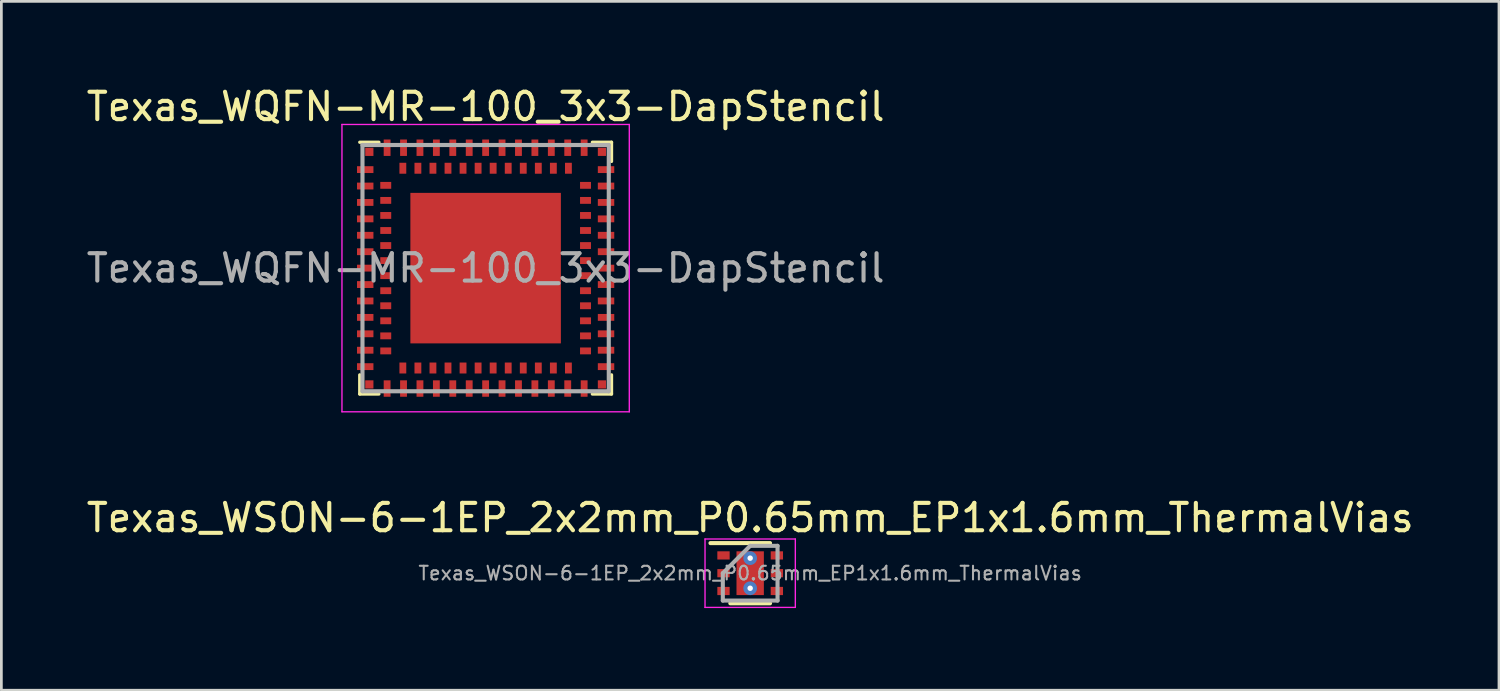
<source format=kicad_pcb>
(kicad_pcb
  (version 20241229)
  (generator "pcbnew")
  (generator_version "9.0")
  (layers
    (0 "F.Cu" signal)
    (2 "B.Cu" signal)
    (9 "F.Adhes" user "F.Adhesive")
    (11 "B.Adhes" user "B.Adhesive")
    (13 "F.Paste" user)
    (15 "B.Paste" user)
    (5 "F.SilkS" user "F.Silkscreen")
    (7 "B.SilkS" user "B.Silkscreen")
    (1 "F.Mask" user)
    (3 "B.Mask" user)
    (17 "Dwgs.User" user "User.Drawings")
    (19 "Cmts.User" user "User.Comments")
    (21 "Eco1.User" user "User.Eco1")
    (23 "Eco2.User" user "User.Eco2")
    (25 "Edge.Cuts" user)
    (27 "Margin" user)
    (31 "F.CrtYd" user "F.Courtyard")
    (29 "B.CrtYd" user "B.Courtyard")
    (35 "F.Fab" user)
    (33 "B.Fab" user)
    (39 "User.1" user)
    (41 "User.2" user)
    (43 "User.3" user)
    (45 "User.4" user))
  (footprint "Texas_WQFN-MR-100_3x3-DapStencil"
    (layer "F.Cu")
    (at 14.696 6.748)
    (property "Reference" "Texas_WQFN-MR-100_3x3-DapStencil" (at 0 -5.9 0) (layer "F.SilkS") (effects (font (size 1 1) (thickness 0.15))))
    (attr smd)
    (fp_line (start -4.6 -4.6) (end -3.9 -4.6) (stroke (width 0.12) (type solid)) (layer "F.SilkS"))
    (fp_line (start -4.6 3.9) (end -4.6 4.6) (stroke (width 0.12) (type solid)) (layer "F.SilkS"))
    (fp_line (start -4.6 4.6) (end -3.9 4.6) (stroke (width 0.12) (type solid)) (layer "F.SilkS"))
    (fp_line (start 4.6 -4.6) (end 3.9 -4.6) (stroke (width 0.12) (type solid)) (layer "F.SilkS"))
    (fp_line (start 4.6 -3.9) (end 4.6 -4.6) (stroke (width 0.12) (type solid)) (layer "F.SilkS"))
    (fp_line (start 4.6 3.9) (end 4.6 4.6) (stroke (width 0.12) (type solid)) (layer "F.SilkS"))
    (fp_line (start 4.6 4.6) (end 3.9 4.6) (stroke (width 0.12) (type solid)) (layer "F.SilkS"))
    (fp_line (start -5.25 -5.25) (end 5.25 -5.25) (stroke (width 0.05) (type solid)) (layer "F.CrtYd"))
    (fp_line (start -5.25 5.25) (end -5.25 -5.25) (stroke (width 0.05) (type solid)) (layer "F.CrtYd"))
    (fp_line (start 5.25 -5.25) (end 5.25 5.25) (stroke (width 0.05) (type solid)) (layer "F.CrtYd"))
    (fp_line (start 5.25 5.25) (end -5.25 5.25) (stroke (width 0.05) (type solid)) (layer "F.CrtYd"))
    (fp_line (start -4.5 -4.5) (end -4.5 4.5) (stroke (width 0.15) (type solid)) (layer "F.Fab"))
    (fp_line (start -4.5 -4.5) (end 4.5 -4.5) (stroke (width 0.15) (type solid)) (layer "F.Fab"))
    (fp_line (start -4.5 4.5) (end 4.5 4.5) (stroke (width 0.15) (type solid)) (layer "F.Fab"))
    (fp_line (start 4.5 -4.5) (end 4.5 4.5) (stroke (width 0.15) (type solid)) (layer "F.Fab"))
    (fp_text user "${REFERENCE}" (at 0 0 0) (layer "F.Fab") (effects (font (size 1 1) (thickness 0.15))))
    (pad "A1" smd rect (at -4.4 -3.6 90) (size 0.25 0.6) (layers "F.Cu" "F.Mask" "F.Paste"))
    (pad "A2" smd rect (at -4.4 -3 90) (size 0.25 0.6) (layers "F.Cu" "F.Mask" "F.Paste"))
    (pad "A3" smd rect (at -4.4 -2.4 90) (size 0.25 0.6) (layers "F.Cu" "F.Mask" "F.Paste"))
    (pad "A4" smd rect (at -4.4 -1.8 90) (size 0.25 0.6) (layers "F.Cu" "F.Mask" "F.Paste"))
    (pad "A5" smd rect (at -4.4 -1.2 90) (size 0.25 0.6) (layers "F.Cu" "F.Mask" "F.Paste"))
    (pad "A6" smd rect (at -4.4 -0.6 90) (size 0.25 0.6) (layers "F.Cu" "F.Mask" "F.Paste"))
    (pad "A7" smd rect (at -4.4 0 90) (size 0.25 0.6) (layers "F.Cu" "F.Mask" "F.Paste"))
    (pad "A8" smd rect (at -4.4 0.6 90) (size 0.25 0.6) (layers "F.Cu" "F.Mask" "F.Paste"))
    (pad "A9" smd rect (at -4.4 1.2 90) (size 0.25 0.6) (layers "F.Cu" "F.Mask" "F.Paste"))
    (pad "A10" smd rect (at -4.4 1.8 90) (size 0.25 0.6) (layers "F.Cu" "F.Mask" "F.Paste"))
    (pad "A11" smd rect (at -4.4 2.4 90) (size 0.25 0.6) (layers "F.Cu" "F.Mask" "F.Paste"))
    (pad "A12" smd rect (at -4.4 3 90) (size 0.25 0.6) (layers "F.Cu" "F.Mask" "F.Paste"))
    (pad "A13" smd rect (at -4.4 3.6 90) (size 0.25 0.6) (layers "F.Cu" "F.Mask" "F.Paste"))
    (pad "A14" smd rect (at -3.6 4.4) (size 0.25 0.6) (layers "F.Cu" "F.Mask" "F.Paste"))
    (pad "A15" smd rect (at -3 4.4) (size 0.25 0.6) (layers "F.Cu" "F.Mask" "F.Paste"))
    (pad "A16" smd rect (at -2.4 4.4) (size 0.25 0.6) (layers "F.Cu" "F.Mask" "F.Paste"))
    (pad "A17" smd rect (at -1.8 4.4) (size 0.25 0.6) (layers "F.Cu" "F.Mask" "F.Paste"))
    (pad "A18" smd rect (at -1.2 4.4) (size 0.25 0.6) (layers "F.Cu" "F.Mask" "F.Paste"))
    (pad "A19" smd rect (at -0.6 4.4) (size 0.25 0.6) (layers "F.Cu" "F.Mask" "F.Paste"))
    (pad "A20" smd rect (at 0 4.4) (size 0.25 0.6) (layers "F.Cu" "F.Mask" "F.Paste"))
    (pad "A21" smd rect (at 0.6 4.4) (size 0.25 0.6) (layers "F.Cu" "F.Mask" "F.Paste"))
    (pad "A22" smd rect (at 1.2 4.4) (size 0.25 0.6) (layers "F.Cu" "F.Mask" "F.Paste"))
    (pad "A23" smd rect (at 1.8 4.4) (size 0.25 0.6) (layers "F.Cu" "F.Mask" "F.Paste"))
    (pad "A24" smd rect (at 2.4 4.4) (size 0.25 0.6) (layers "F.Cu" "F.Mask" "F.Paste"))
    (pad "A25" smd rect (at 3 4.4) (size 0.25 0.6) (layers "F.Cu" "F.Mask" "F.Paste"))
    (pad "A26" smd rect (at 3.6 4.4) (size 0.25 0.6) (layers "F.Cu" "F.Mask" "F.Paste"))
    (pad "A27" smd rect (at 4.4 3.6 90) (size 0.25 0.6) (layers "F.Cu" "F.Mask" "F.Paste"))
    (pad "A28" smd rect (at 4.4 3 90) (size 0.25 0.6) (layers "F.Cu" "F.Mask" "F.Paste"))
    (pad "A29" smd rect (at 4.4 2.4 90) (size 0.25 0.6) (layers "F.Cu" "F.Mask" "F.Paste"))
    (pad "A30" smd rect (at 4.4 1.8 90) (size 0.25 0.6) (layers "F.Cu" "F.Mask" "F.Paste"))
    (pad "A31" smd rect (at 4.4 1.2 90) (size 0.25 0.6) (layers "F.Cu" "F.Mask" "F.Paste"))
    (pad "A32" smd rect (at 4.4 0.6 90) (size 0.25 0.6) (layers "F.Cu" "F.Mask" "F.Paste"))
    (pad "A33" smd rect (at 4.4 0 90) (size 0.25 0.6) (layers "F.Cu" "F.Mask" "F.Paste"))
    (pad "A34" smd rect (at 4.4 -0.6 90) (size 0.25 0.6) (layers "F.Cu" "F.Mask" "F.Paste"))
    (pad "A35" smd rect (at 4.4 -1.2 90) (size 0.25 0.6) (layers "F.Cu" "F.Mask" "F.Paste"))
    (pad "A36" smd rect (at 4.4 -1.8 90) (size 0.25 0.6) (layers "F.Cu" "F.Mask" "F.Paste"))
    (pad "A37" smd rect (at 4.4 -2.4 90) (size 0.25 0.6) (layers "F.Cu" "F.Mask" "F.Paste"))
    (pad "A38" smd rect (at 4.4 -3 90) (size 0.25 0.6) (layers "F.Cu" "F.Mask" "F.Paste"))
    (pad "A39" smd rect (at 4.4 -3.6 90) (size 0.25 0.6) (layers "F.Cu" "F.Mask" "F.Paste"))
    (pad "A40" smd rect (at 3.6 -4.4) (size 0.25 0.6) (layers "F.Cu" "F.Mask" "F.Paste"))
    (pad "A41" smd rect (at 3 -4.4) (size 0.25 0.6) (layers "F.Cu" "F.Mask" "F.Paste"))
    (pad "A42" smd rect (at 2.4 -4.4) (size 0.25 0.6) (layers "F.Cu" "F.Mask" "F.Paste"))
    (pad "A43" smd rect (at 1.8 -4.4) (size 0.25 0.6) (layers "F.Cu" "F.Mask" "F.Paste"))
    (pad "A44" smd rect (at 1.2 -4.4) (size 0.25 0.6) (layers "F.Cu" "F.Mask" "F.Paste"))
    (pad "A45" smd rect (at 0.6 -4.4) (size 0.25 0.6) (layers "F.Cu" "F.Mask" "F.Paste"))
    (pad "A46" smd rect (at 0 -4.4) (size 0.25 0.6) (layers "F.Cu" "F.Mask" "F.Paste"))
    (pad "A47" smd rect (at -0.6 -4.4) (size 0.25 0.6) (layers "F.Cu" "F.Mask" "F.Paste"))
    (pad "A48" smd rect (at -1.2 -4.4) (size 0.25 0.6) (layers "F.Cu" "F.Mask" "F.Paste"))
    (pad "A49" smd rect (at -1.8 -4.4) (size 0.25 0.6) (layers "F.Cu" "F.Mask" "F.Paste"))
    (pad "A50" smd rect (at -2.4 -4.4) (size 0.25 0.6) (layers "F.Cu" "F.Mask" "F.Paste"))
    (pad "A51" smd rect (at -3 -4.4) (size 0.25 0.6) (layers "F.Cu" "F.Mask" "F.Paste"))
    (pad "A52" smd rect (at -3.6 -4.4) (size 0.25 0.6) (layers "F.Cu" "F.Mask" "F.Paste"))
    (pad "A53" smd rect (at 0 0) (size 5.5 5.5) (layers "F.Cu" "F.Mask" "F.Paste"))
    (pad "B1" smd rect (at -3.65 -3.025 90) (size 0.25 0.4) (layers "F.Cu" "F.Mask" "F.Paste"))
    (pad "B2" smd rect (at -3.65 -2.475 90) (size 0.25 0.4) (layers "F.Cu" "F.Mask" "F.Paste"))
    (pad "B3" smd rect (at -3.65 -1.925 90) (size 0.25 0.4) (layers "F.Cu" "F.Mask" "F.Paste"))
    (pad "B4" smd rect (at -3.65 -1.375 90) (size 0.25 0.4) (layers "F.Cu" "F.Mask" "F.Paste"))
    (pad "B5" smd rect (at -3.65 -0.825 90) (size 0.25 0.4) (layers "F.Cu" "F.Mask" "F.Paste"))
    (pad "B6" smd rect (at -3.65 -0.275 90) (size 0.25 0.4) (layers "F.Cu" "F.Mask" "F.Paste"))
    (pad "B7" smd rect (at -3.65 0.275 90) (size 0.25 0.4) (layers "F.Cu" "F.Mask" "F.Paste"))
    (pad "B8" smd rect (at -3.65 0.825 90) (size 0.25 0.4) (layers "F.Cu" "F.Mask" "F.Paste"))
    (pad "B9" smd rect (at -3.65 1.375 90) (size 0.25 0.4) (layers "F.Cu" "F.Mask" "F.Paste"))
    (pad "B10" smd rect (at -3.65 1.925 90) (size 0.25 0.4) (layers "F.Cu" "F.Mask" "F.Paste"))
    (pad "B11" smd rect (at -3.65 2.475 90) (size 0.25 0.4) (layers "F.Cu" "F.Mask" "F.Paste"))
    (pad "B12" smd rect (at -3.65 3.025 90) (size 0.25 0.4) (layers "F.Cu" "F.Mask" "F.Paste"))
    (pad "B13" smd rect (at -3.025 3.65) (size 0.25 0.4) (layers "F.Cu" "F.Mask" "F.Paste"))
    (pad "B14" smd rect (at -2.475 3.65) (size 0.25 0.4) (layers "F.Cu" "F.Mask" "F.Paste"))
    (pad "B15" smd rect (at -1.925 3.65) (size 0.25 0.4) (layers "F.Cu" "F.Mask" "F.Paste"))
    (pad "B16" smd rect (at -1.375 3.65) (size 0.25 0.4) (layers "F.Cu" "F.Mask" "F.Paste"))
    (pad "B17" smd rect (at -0.825 3.65) (size 0.25 0.4) (layers "F.Cu" "F.Mask" "F.Paste"))
    (pad "B18" smd rect (at -0.275 3.65) (size 0.25 0.4) (layers "F.Cu" "F.Mask" "F.Paste"))
    (pad "B19" smd rect (at 0.275 3.65) (size 0.25 0.4) (layers "F.Cu" "F.Mask" "F.Paste"))
    (pad "B20" smd rect (at 0.825 3.65) (size 0.25 0.4) (layers "F.Cu" "F.Mask" "F.Paste"))
    (pad "B21" smd rect (at 1.375 3.65) (size 0.25 0.4) (layers "F.Cu" "F.Mask" "F.Paste"))
    (pad "B22" smd rect (at 1.925 3.65) (size 0.25 0.4) (layers "F.Cu" "F.Mask" "F.Paste"))
    (pad "B23" smd rect (at 2.475 3.65) (size 0.25 0.4) (layers "F.Cu" "F.Mask" "F.Paste"))
    (pad "B24" smd rect (at 3.025 3.65) (size 0.25 0.4) (layers "F.Cu" "F.Mask" "F.Paste"))
    (pad "B25" smd rect (at 3.65 3.025 90) (size 0.25 0.4) (layers "F.Cu" "F.Mask" "F.Paste"))
    (pad "B26" smd rect (at 3.65 2.475 90) (size 0.25 0.4) (layers "F.Cu" "F.Mask" "F.Paste"))
    (pad "B27" smd rect (at 3.65 1.925 90) (size 0.25 0.4) (layers "F.Cu" "F.Mask" "F.Paste"))
    (pad "B28" smd rect (at 3.65 1.375 90) (size 0.25 0.4) (layers "F.Cu" "F.Mask" "F.Paste"))
    (pad "B29" smd rect (at 3.65 0.825 90) (size 0.25 0.4) (layers "F.Cu" "F.Mask" "F.Paste"))
    (pad "B30" smd rect (at 3.65 0.275 90) (size 0.25 0.4) (layers "F.Cu" "F.Mask" "F.Paste"))
    (pad "B31" smd rect (at 3.65 -0.275 90) (size 0.25 0.4) (layers "F.Cu" "F.Mask" "F.Paste"))
    (pad "B32" smd rect (at 3.65 -0.825 90) (size 0.25 0.4) (layers "F.Cu" "F.Mask" "F.Paste"))
    (pad "B33" smd rect (at 3.65 -1.375 90) (size 0.25 0.4) (layers "F.Cu" "F.Mask" "F.Paste"))
    (pad "B34" smd rect (at 3.65 -1.925 90) (size 0.25 0.4) (layers "F.Cu" "F.Mask" "F.Paste"))
    (pad "B35" smd rect (at 3.65 -2.475 90) (size 0.25 0.4) (layers "F.Cu" "F.Mask" "F.Paste"))
    (pad "B36" smd rect (at 3.65 -3.025 90) (size 0.25 0.4) (layers "F.Cu" "F.Mask" "F.Paste"))
    (pad "B37" smd rect (at 3.025 -3.65) (size 0.25 0.4) (layers "F.Cu" "F.Mask" "F.Paste"))
    (pad "B38" smd rect (at 2.475 -3.65) (size 0.25 0.4) (layers "F.Cu" "F.Mask" "F.Paste"))
    (pad "B39" smd rect (at 1.925 -3.65) (size 0.25 0.4) (layers "F.Cu" "F.Mask" "F.Paste"))
    (pad "B40" smd rect (at 1.375 -3.65) (size 0.25 0.4) (layers "F.Cu" "F.Mask" "F.Paste"))
    (pad "B41" smd rect (at 0.825 -3.65) (size 0.25 0.4) (layers "F.Cu" "F.Mask" "F.Paste"))
    (pad "B42" smd rect (at 0.275 -3.65) (size 0.25 0.4) (layers "F.Cu" "F.Mask" "F.Paste"))
    (pad "B43" smd rect (at -0.275 -3.65) (size 0.25 0.4) (layers "F.Cu" "F.Mask" "F.Paste"))
    (pad "B44" smd rect (at -0.825 -3.65) (size 0.25 0.4) (layers "F.Cu" "F.Mask" "F.Paste"))
    (pad "B45" smd rect (at -1.375 -3.65) (size 0.25 0.4) (layers "F.Cu" "F.Mask" "F.Paste"))
    (pad "B46" smd rect (at -1.925 -3.65) (size 0.25 0.4) (layers "F.Cu" "F.Mask" "F.Paste"))
    (pad "B47" smd rect (at -2.475 -3.65) (size 0.25 0.4) (layers "F.Cu" "F.Mask" "F.Paste"))
    (pad "B48" smd rect (at -3.025 -3.65) (size 0.25 0.4) (layers "F.Cu" "F.Mask" "F.Paste"))
    (pad "C1" smd rect (at -4.25 -4.25) (size 0.3 0.3) (layers "F.Cu" "F.Mask" "F.Paste"))
    (pad "C2" smd rect (at -4.25 4.25) (size 0.3 0.3) (layers "F.Cu" "F.Mask" "F.Paste"))
    (pad "C3" smd rect (at 4.25 4.25) (size 0.3 0.3) (layers "F.Cu" "F.Mask" "F.Paste"))
    (pad "C4" smd rect (at 4.25 -4.25) (size 0.3 0.3) (layers "F.Cu" "F.Mask" "F.Paste")))
  (footprint "Texas_WSON-6-1EP_2x2mm_P0.65mm_EP1x1.6mm_ThermalVias"
    (layer "F.Cu")
    (at 24.363 17.896)
    (property "Reference" "Texas_WSON-6-1EP_2x2mm_P0.65mm_EP1x1.6mm_ThermalVias" (at 0 -2.025 0) (layer "F.SilkS") (effects (font (size 1 1) (thickness 0.15))))
    (attr smd)
    (fp_line (start -1.45 -1.1) (end 0.725 -1.1) (stroke (width 0.15) (type solid)) (layer "F.SilkS"))
    (fp_line (start -0.725 1.1) (end 0.725 1.1) (stroke (width 0.15) (type solid)) (layer "F.SilkS"))
    (fp_line (start -1.65 -1.25) (end -1.65 1.25) (stroke (width 0.05) (type solid)) (layer "F.CrtYd"))
    (fp_line (start -1.65 -1.25) (end 1.65 -1.25) (stroke (width 0.05) (type solid)) (layer "F.CrtYd"))
    (fp_line (start -1.65 1.25) (end 1.65 1.25) (stroke (width 0.05) (type solid)) (layer "F.CrtYd"))
    (fp_line (start 1.65 -1.25) (end 1.65 1.25) (stroke (width 0.05) (type solid)) (layer "F.CrtYd"))
    (fp_line (start -1 0) (end 0 -1) (stroke (width 0.15) (type solid)) (layer "F.Fab"))
    (fp_line (start -1 1) (end -1 0) (stroke (width 0.15) (type solid)) (layer "F.Fab"))
    (fp_line (start 0 -1) (end 1 -1) (stroke (width 0.15) (type solid)) (layer "F.Fab"))
    (fp_line (start 1 -1) (end 1 1) (stroke (width 0.15) (type solid)) (layer "F.Fab"))
    (fp_line (start 1 1) (end -1 1) (stroke (width 0.15) (type solid)) (layer "F.Fab"))
    (fp_text user "${REFERENCE}" (at 0 0 0) (layer "F.Fab") (effects (font (size 0.5 0.5) (thickness 0.075))))
    (pad "" smd rect (at 0 -0.4) (size 0.82 0.63) (layers "F.Paste"))
    (pad "" smd rect (at 0 0.4) (size 0.82 0.63) (layers "F.Paste"))
    (pad "1" smd rect (at -0.975 -0.65) (size 0.45 0.3) (layers "F.Cu" "F.Mask" "F.Paste"))
    (pad "2" smd rect (at -0.975 0) (size 0.45 0.3) (layers "F.Cu" "F.Mask" "F.Paste"))
    (pad "3" smd rect (at -0.975 0.65) (size 0.45 0.3) (layers "F.Cu" "F.Mask" "F.Paste"))
    (pad "4" smd rect (at 0.975 0.65) (size 0.45 0.3) (layers "F.Cu" "F.Mask" "F.Paste"))
    (pad "5" smd rect (at 0.975 0) (size 0.45 0.3) (layers "F.Cu" "F.Mask" "F.Paste"))
    (pad "6" smd rect (at 0.975 -0.65) (size 0.45 0.3) (layers "F.Cu" "F.Mask" "F.Paste"))
    (pad "7" thru_hole circle (at 0 -0.55) (size 0.5 0.5) (drill 0.2) (layers "*.Cu"))
    (pad "7" smd rect (at 0 0) (size 1 1.6) (layers "F.Cu" "F.Mask"))
    (pad "7" thru_hole circle (at 0 0.55) (size 0.5 0.5) (drill 0.2) (layers "*.Cu")))
  (gr_rect
    (start -3 -3)
    (end 51.726 22.172)
    (stroke (width 0.1) (type default))
    (fill no)
    (layer "Edge.Cuts")))
</source>
